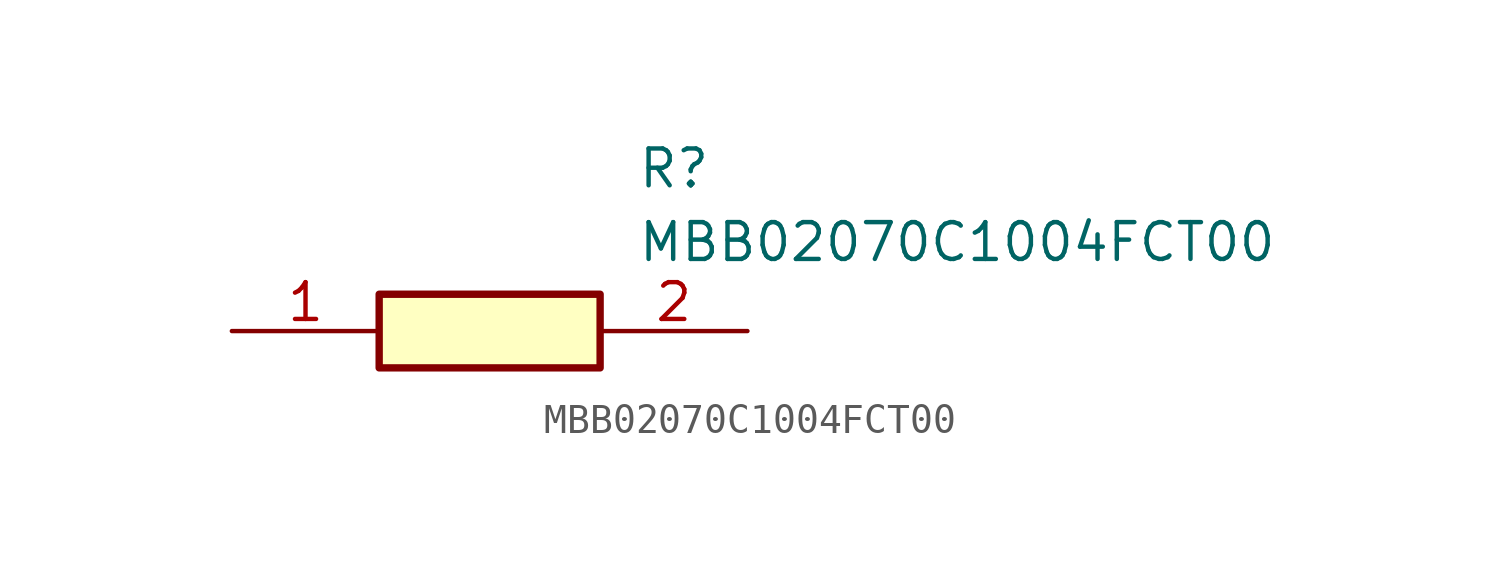
<source format=kicad_sym>
(kicad_symbol_lib
  (version 20211014)
  (generator SamacSys_ECAD_Model)
  (symbol "MBB02070C1004FCT00"
    (pin_names hide)
    (property "Reference" "R"
      (at 13.97 6.35 0)
      (effects (font (size 1.27 1.27)) (justify left top)))
    (property "Value" "MBB02070C1004FCT00"
      (at 13.97 3.81 0)
      (effects (font (size 1.27 1.27)) (justify left top)))
    (rectangle
      (start 5.08 1.27)
      (end 12.7 -1.27)
      (stroke (width 0.254) (type default))
      (fill (type background)))
    (pin passive line
      (at 0 0 0)
      (length 5.08)
      (name "1" (effects (font (size 1.27 1.27))))
      (number "1" (effects (font (size 1.27 1.27)))))
    (pin passive line
      (at 17.78 0 180)
      (length 5.08)
      (name "2" (effects (font (size 1.27 1.27))))
      (number "2" (effects (font (size 1.27 1.27)))))))
</source>
